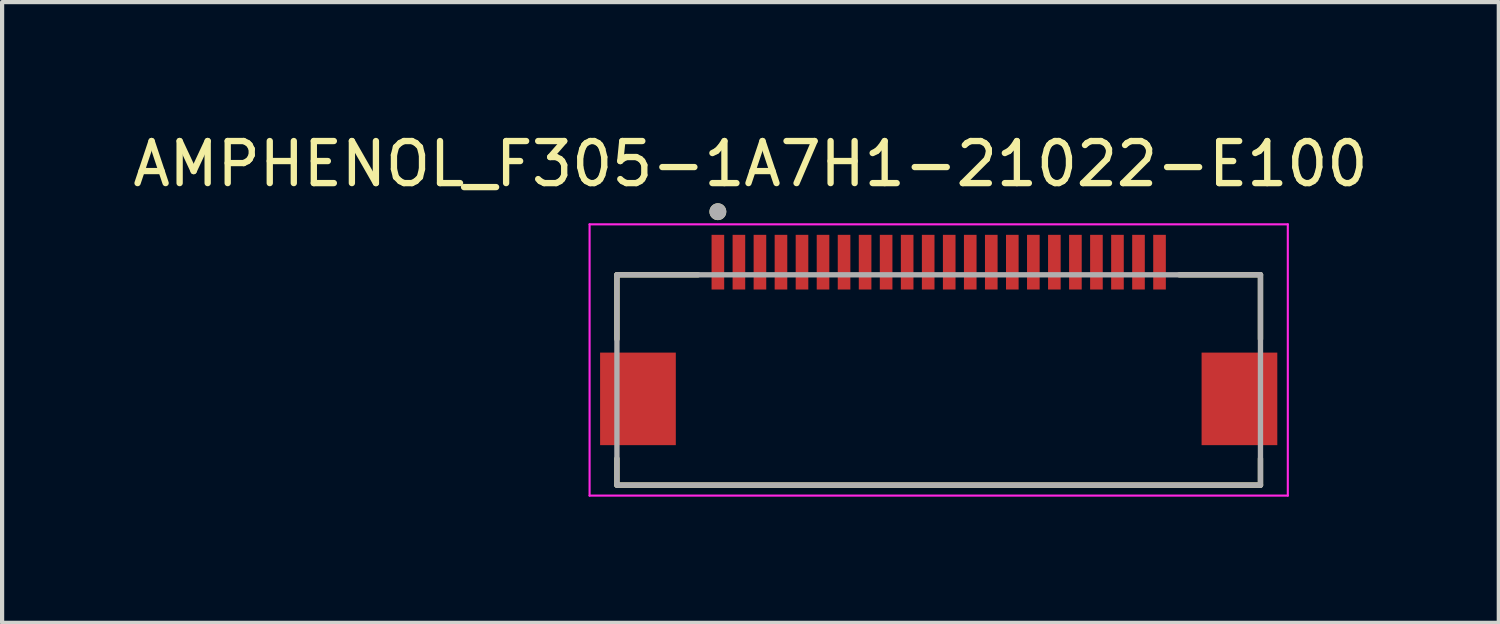
<source format=kicad_pcb>
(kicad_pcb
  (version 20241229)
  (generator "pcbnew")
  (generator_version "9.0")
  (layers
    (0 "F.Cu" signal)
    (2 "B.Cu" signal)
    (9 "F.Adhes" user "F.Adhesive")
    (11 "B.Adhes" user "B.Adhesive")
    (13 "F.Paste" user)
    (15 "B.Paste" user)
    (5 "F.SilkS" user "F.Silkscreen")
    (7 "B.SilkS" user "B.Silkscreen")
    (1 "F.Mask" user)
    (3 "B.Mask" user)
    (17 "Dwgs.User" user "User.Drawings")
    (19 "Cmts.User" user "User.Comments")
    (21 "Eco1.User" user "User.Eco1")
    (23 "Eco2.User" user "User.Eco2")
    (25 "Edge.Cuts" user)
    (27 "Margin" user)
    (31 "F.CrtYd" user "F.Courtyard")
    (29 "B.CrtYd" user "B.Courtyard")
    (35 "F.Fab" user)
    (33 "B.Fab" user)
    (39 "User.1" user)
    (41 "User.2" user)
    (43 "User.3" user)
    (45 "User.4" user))
  (footprint "AMPHENOL_F305-1A7H1-21022-E100"
    (layer "F.Cu")
    (at 19.267 5.983)
    (property "Reference" "AMPHENOL_F305-1A7H1-21022-E100" (at -4.475 -5.135 0) (layer "F.SilkS") (effects (font (size 1 1) (thickness 0.15))))
    (attr smd)
    (fp_poly (pts (xy -5.45 -3.5) (xy -5.05 -3.5) (xy -5.05 -2.1) (xy -5.45 -2.1)) (stroke (width 0.01) (type solid)) (fill yes) (layer "F.Mask"))
    (fp_poly (pts (xy -4.95 -3.5) (xy -4.55 -3.5) (xy -4.55 -2.1) (xy -4.95 -2.1)) (stroke (width 0.01) (type solid)) (fill yes) (layer "F.Mask"))
    (fp_poly (pts (xy -4.45 -3.5) (xy -4.05 -3.5) (xy -4.05 -2.1) (xy -4.45 -2.1)) (stroke (width 0.01) (type solid)) (fill yes) (layer "F.Mask"))
    (fp_poly (pts (xy -3.95 -3.5) (xy -3.55 -3.5) (xy -3.55 -2.1) (xy -3.95 -2.1)) (stroke (width 0.01) (type solid)) (fill yes) (layer "F.Mask"))
    (fp_poly (pts (xy -3.45 -3.5) (xy -3.05 -3.5) (xy -3.05 -2.1) (xy -3.45 -2.1)) (stroke (width 0.01) (type solid)) (fill yes) (layer "F.Mask"))
    (fp_poly (pts (xy -2.95 -3.5) (xy -2.55 -3.5) (xy -2.55 -2.1) (xy -2.95 -2.1)) (stroke (width 0.01) (type solid)) (fill yes) (layer "F.Mask"))
    (fp_poly (pts (xy -2.45 -3.5) (xy -2.05 -3.5) (xy -2.05 -2.1) (xy -2.45 -2.1)) (stroke (width 0.01) (type solid)) (fill yes) (layer "F.Mask"))
    (fp_poly (pts (xy -1.95 -3.5) (xy -1.55 -3.5) (xy -1.55 -2.1) (xy -1.95 -2.1)) (stroke (width 0.01) (type solid)) (fill yes) (layer "F.Mask"))
    (fp_poly (pts (xy -1.45 -3.5) (xy -1.05 -3.5) (xy -1.05 -2.1) (xy -1.45 -2.1)) (stroke (width 0.01) (type solid)) (fill yes) (layer "F.Mask"))
    (fp_poly (pts (xy -0.95 -3.5) (xy -0.55 -3.5) (xy -0.55 -2.1) (xy -0.95 -2.1)) (stroke (width 0.01) (type solid)) (fill yes) (layer "F.Mask"))
    (fp_poly (pts (xy -0.45 -3.5) (xy -0.05 -3.5) (xy -0.05 -2.1) (xy -0.45 -2.1)) (stroke (width 0.01) (type solid)) (fill yes) (layer "F.Mask"))
    (fp_poly (pts (xy 0.05 -3.5) (xy 0.45 -3.5) (xy 0.45 -2.1) (xy 0.05 -2.1)) (stroke (width 0.01) (type solid)) (fill yes) (layer "F.Mask"))
    (fp_poly (pts (xy 0.55 -3.5) (xy 0.95 -3.5) (xy 0.95 -2.1) (xy 0.55 -2.1)) (stroke (width 0.01) (type solid)) (fill yes) (layer "F.Mask"))
    (fp_poly (pts (xy 1.05 -3.5) (xy 1.45 -3.5) (xy 1.45 -2.1) (xy 1.05 -2.1)) (stroke (width 0.01) (type solid)) (fill yes) (layer "F.Mask"))
    (fp_poly (pts (xy 1.55 -3.5) (xy 1.95 -3.5) (xy 1.95 -2.1) (xy 1.55 -2.1)) (stroke (width 0.01) (type solid)) (fill yes) (layer "F.Mask"))
    (fp_poly (pts (xy 2.05 -3.5) (xy 2.45 -3.5) (xy 2.45 -2.1) (xy 2.05 -2.1)) (stroke (width 0.01) (type solid)) (fill yes) (layer "F.Mask"))
    (fp_poly (pts (xy 2.55 -3.5) (xy 2.95 -3.5) (xy 2.95 -2.1) (xy 2.55 -2.1)) (stroke (width 0.01) (type solid)) (fill yes) (layer "F.Mask"))
    (fp_poly (pts (xy 3.05 -3.5) (xy 3.45 -3.5) (xy 3.45 -2.1) (xy 3.05 -2.1)) (stroke (width 0.01) (type solid)) (fill yes) (layer "F.Mask"))
    (fp_poly (pts (xy 3.55 -3.5) (xy 3.95 -3.5) (xy 3.95 -2.1) (xy 3.55 -2.1)) (stroke (width 0.01) (type solid)) (fill yes) (layer "F.Mask"))
    (fp_poly (pts (xy 4.05 -3.5) (xy 4.45 -3.5) (xy 4.45 -2.1) (xy 4.05 -2.1)) (stroke (width 0.01) (type solid)) (fill yes) (layer "F.Mask"))
    (fp_poly (pts (xy 4.55 -3.5) (xy 4.95 -3.5) (xy 4.95 -2.1) (xy 4.55 -2.1)) (stroke (width 0.01) (type solid)) (fill yes) (layer "F.Mask"))
    (fp_poly (pts (xy 5.05 -3.5) (xy 5.45 -3.5) (xy 5.45 -2.1) (xy 5.05 -2.1)) (stroke (width 0.01) (type solid)) (fill yes) (layer "F.Mask"))
    (fp_line (start -7.65 -2.5) (end -5.72 -2.5) (stroke (width 0.127) (type solid)) (layer "F.SilkS"))
    (fp_line (start -7.65 -0.97) (end -7.65 -2.5) (stroke (width 0.127) (type solid)) (layer "F.SilkS"))
    (fp_line (start -7.65 1.87) (end -7.65 2.5) (stroke (width 0.127) (type solid)) (layer "F.SilkS"))
    (fp_line (start -7.65 2.5) (end 7.65 2.5) (stroke (width 0.127) (type solid)) (layer "F.SilkS"))
    (fp_line (start 5.72 -2.5) (end 7.65 -2.5) (stroke (width 0.127) (type solid)) (layer "F.SilkS"))
    (fp_line (start 7.65 -2.5) (end 7.65 -0.97) (stroke (width 0.127) (type solid)) (layer "F.SilkS"))
    (fp_line (start 7.65 2.5) (end 7.65 1.87) (stroke (width 0.127) (type solid)) (layer "F.SilkS"))
    (fp_circle (center -5.25 -4) (end -5.15 -4) (stroke (width 0.2) (type solid)) (fill no) (layer "F.SilkS"))
    (fp_line (start -8.3 -3.7) (end -8.3 2.75) (stroke (width 0.05) (type solid)) (layer "F.CrtYd"))
    (fp_line (start -8.3 2.75) (end 8.3 2.75) (stroke (width 0.05) (type solid)) (layer "F.CrtYd"))
    (fp_line (start 8.3 -3.7) (end -8.3 -3.7) (stroke (width 0.05) (type solid)) (layer "F.CrtYd"))
    (fp_line (start 8.3 2.75) (end 8.3 -3.7) (stroke (width 0.05) (type solid)) (layer "F.CrtYd"))
    (fp_line (start -7.65 -2.5) (end -7.65 2.5) (stroke (width 0.127) (type solid)) (layer "F.Fab"))
    (fp_line (start -7.65 2.5) (end 7.65 2.5) (stroke (width 0.127) (type solid)) (layer "F.Fab"))
    (fp_line (start 7.65 -2.5) (end -7.65 -2.5) (stroke (width 0.127) (type solid)) (layer "F.Fab"))
    (fp_line (start 7.65 2.5) (end 7.65 -2.5) (stroke (width 0.127) (type solid)) (layer "F.Fab"))
    (fp_circle (center -5.25 -4) (end -5.15 -4) (stroke (width 0.2) (type solid)) (fill no) (layer "F.Fab"))
    (pad "1" smd rect (at -5.25 -2.8) (size 0.3 1.3) (layers "F.Cu" "F.Paste"))
    (pad "2" smd rect (at -4.75 -2.8) (size 0.3 1.3) (layers "F.Cu" "F.Paste"))
    (pad "3" smd rect (at -4.25 -2.8) (size 0.3 1.3) (layers "F.Cu" "F.Paste"))
    (pad "4" smd rect (at -3.75 -2.8) (size 0.3 1.3) (layers "F.Cu" "F.Paste"))
    (pad "5" smd rect (at -3.25 -2.8) (size 0.3 1.3) (layers "F.Cu" "F.Paste"))
    (pad "6" smd rect (at -2.75 -2.8) (size 0.3 1.3) (layers "F.Cu" "F.Paste"))
    (pad "7" smd rect (at -2.25 -2.8) (size 0.3 1.3) (layers "F.Cu" "F.Paste"))
    (pad "8" smd rect (at -1.75 -2.8) (size 0.3 1.3) (layers "F.Cu" "F.Paste"))
    (pad "9" smd rect (at -1.25 -2.8) (size 0.3 1.3) (layers "F.Cu" "F.Paste"))
    (pad "10" smd rect (at -0.75 -2.8) (size 0.3 1.3) (layers "F.Cu" "F.Paste"))
    (pad "11" smd rect (at -0.25 -2.8) (size 0.3 1.3) (layers "F.Cu" "F.Paste"))
    (pad "12" smd rect (at 0.25 -2.8) (size 0.3 1.3) (layers "F.Cu" "F.Paste"))
    (pad "13" smd rect (at 0.75 -2.8) (size 0.3 1.3) (layers "F.Cu" "F.Paste"))
    (pad "14" smd rect (at 1.25 -2.8) (size 0.3 1.3) (layers "F.Cu" "F.Paste"))
    (pad "15" smd rect (at 1.75 -2.8) (size 0.3 1.3) (layers "F.Cu" "F.Paste"))
    (pad "16" smd rect (at 2.25 -2.8) (size 0.3 1.3) (layers "F.Cu" "F.Paste"))
    (pad "17" smd rect (at 2.75 -2.8) (size 0.3 1.3) (layers "F.Cu" "F.Paste"))
    (pad "18" smd rect (at 3.25 -2.8) (size 0.3 1.3) (layers "F.Cu" "F.Paste"))
    (pad "19" smd rect (at 3.75 -2.8) (size 0.3 1.3) (layers "F.Cu" "F.Paste"))
    (pad "20" smd rect (at 4.25 -2.8) (size 0.3 1.3) (layers "F.Cu" "F.Paste"))
    (pad "21" smd rect (at 4.75 -2.8) (size 0.3 1.3) (layers "F.Cu" "F.Paste"))
    (pad "22" smd rect (at 5.25 -2.8) (size 0.3 1.3) (layers "F.Cu" "F.Paste"))
    (pad "SH1" smd rect (at -7.15 0.45) (size 1.8 2.2) (layers "F.Cu" "F.Mask" "F.Paste"))
    (pad "SH2" smd rect (at 7.15 0.45) (size 1.8 2.2) (layers "F.Cu" "F.Mask" "F.Paste")))
  (gr_rect
    (start -3 -3)
    (end 32.583 11.758)
    (stroke (width 0.1) (type default))
    (fill no)
    (layer "Edge.Cuts")))
</source>
